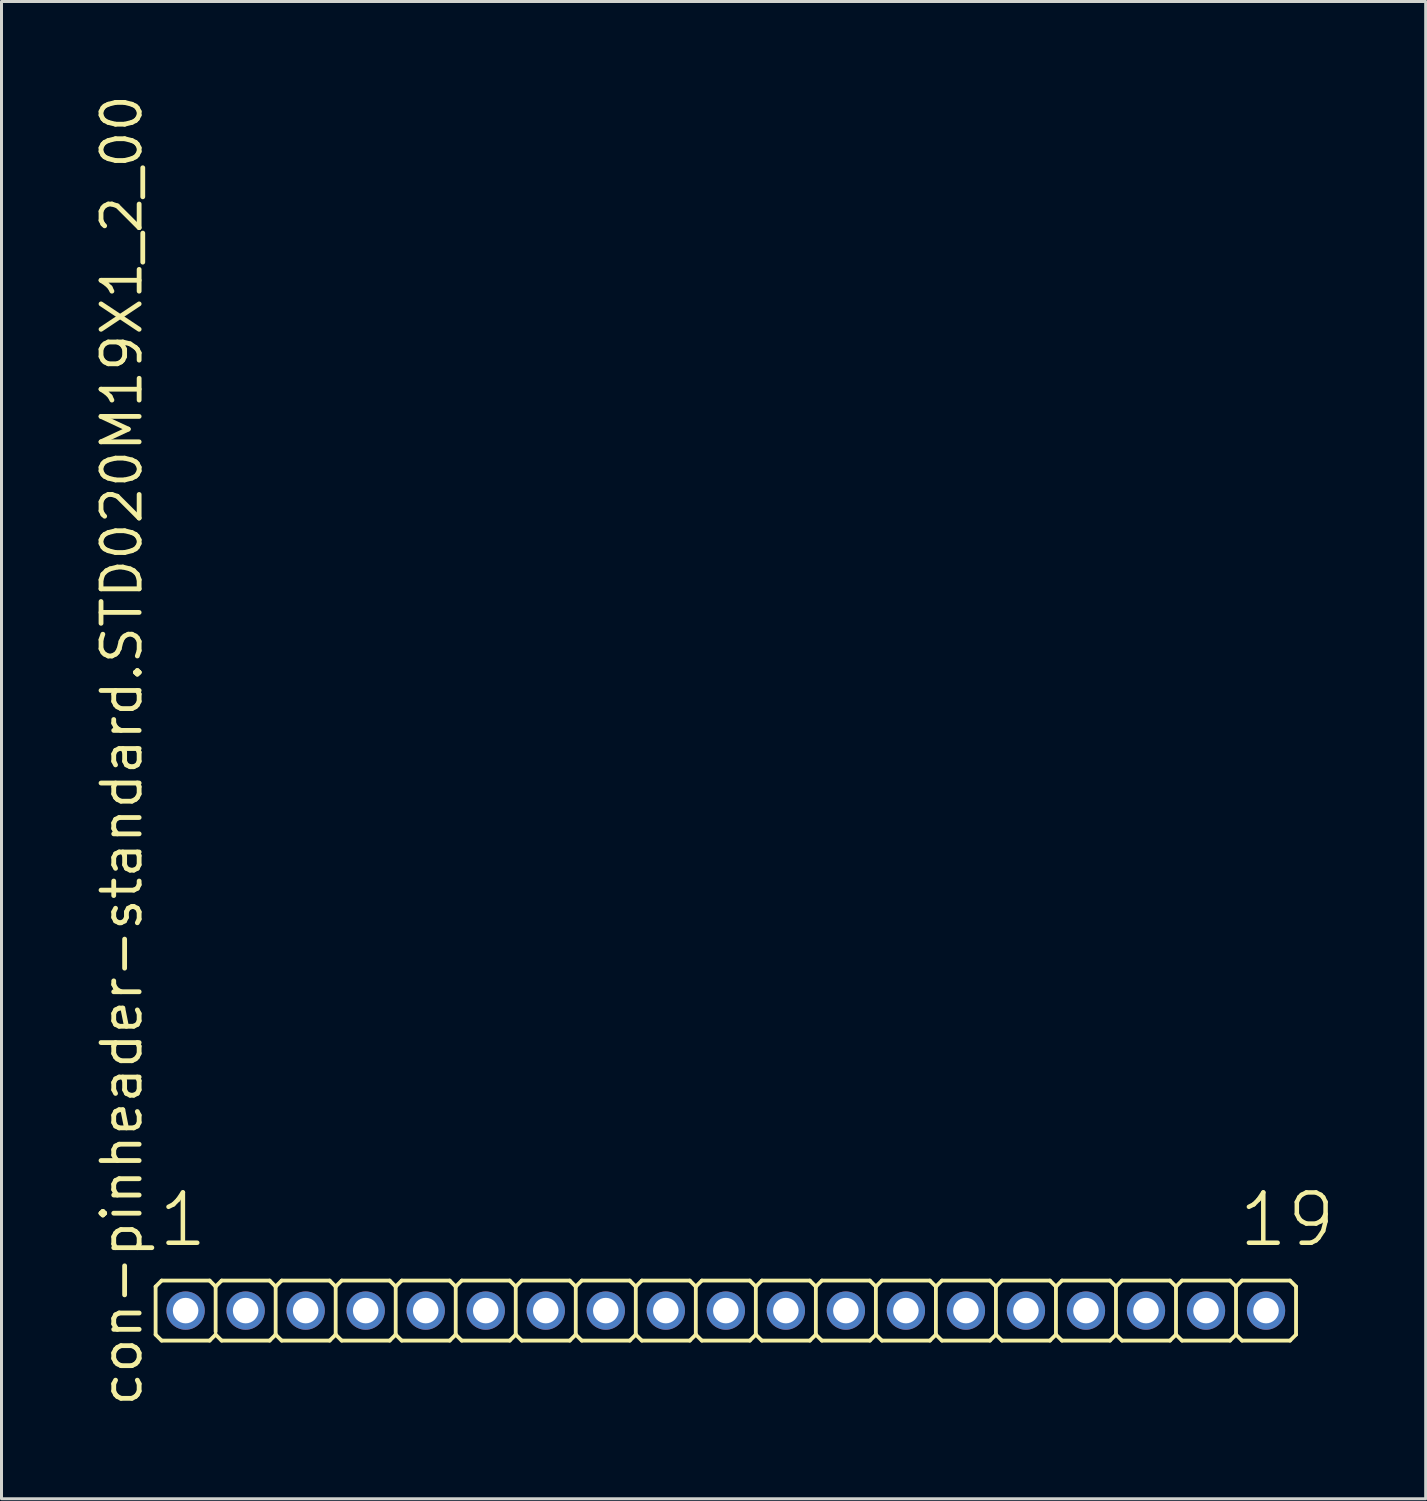
<source format=kicad_pcb>
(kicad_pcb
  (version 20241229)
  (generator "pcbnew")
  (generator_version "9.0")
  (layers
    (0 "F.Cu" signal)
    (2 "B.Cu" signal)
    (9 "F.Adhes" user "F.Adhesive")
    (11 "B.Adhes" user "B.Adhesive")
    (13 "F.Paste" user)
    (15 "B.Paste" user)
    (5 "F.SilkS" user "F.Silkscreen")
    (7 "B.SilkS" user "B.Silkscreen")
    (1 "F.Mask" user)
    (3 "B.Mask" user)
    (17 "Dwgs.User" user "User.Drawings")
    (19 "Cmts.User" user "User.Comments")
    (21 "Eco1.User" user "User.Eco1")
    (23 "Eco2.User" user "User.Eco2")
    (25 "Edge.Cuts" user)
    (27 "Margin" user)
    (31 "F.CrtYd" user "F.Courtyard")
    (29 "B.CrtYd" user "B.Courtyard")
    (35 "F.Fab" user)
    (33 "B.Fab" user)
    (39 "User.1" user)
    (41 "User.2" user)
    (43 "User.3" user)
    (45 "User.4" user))
  (footprint "con-pinheader-standard.STD020M19X1_2_00"
    (layer "F.Cu")
    (at 21.135 40.62)
    (property "Reference" "con-pinheader-standard.STD020M19X1_2_00" (at -19.385 3.27 90) (layer "F.SilkS") (effects (font (size 1.27 1.27) (thickness 0.16)) (justify left bottom)))
    (attr through_hole)
    (fp_line (start -19 0.8) (end -19 -0.8) (stroke (width 0.127) (type default)) (layer "F.SilkS"))
    (fp_line (start -18.8 -1) (end -19 -0.8) (stroke (width 0.127) (type default)) (layer "F.SilkS"))
    (fp_line (start -18.8 -1) (end -17.2 -1) (stroke (width 0.127) (type default)) (layer "F.SilkS"))
    (fp_line (start -18.8 1) (end -19 0.8) (stroke (width 0.127) (type default)) (layer "F.SilkS"))
    (fp_line (start -17.2 -1) (end -17 -0.8) (stroke (width 0.127) (type default)) (layer "F.SilkS"))
    (fp_line (start -17.2 1) (end -18.8 1) (stroke (width 0.127) (type default)) (layer "F.SilkS"))
    (fp_line (start -17.2 1) (end -17 0.8) (stroke (width 0.127) (type default)) (layer "F.SilkS"))
    (fp_line (start -17 -0.8) (end -17 0.7) (stroke (width 0.127) (type default)) (layer "F.SilkS"))
    (fp_line (start -16.8 -1) (end -17 -0.8) (stroke (width 0.127) (type default)) (layer "F.SilkS"))
    (fp_line (start -16.8 -1) (end -15.2 -1) (stroke (width 0.127) (type default)) (layer "F.SilkS"))
    (fp_line (start -16.8 1) (end -17 0.8) (stroke (width 0.127) (type default)) (layer "F.SilkS"))
    (fp_line (start -15.2 -1) (end -15 -0.8) (stroke (width 0.127) (type default)) (layer "F.SilkS"))
    (fp_line (start -15.2 1) (end -16.8 1) (stroke (width 0.127) (type default)) (layer "F.SilkS"))
    (fp_line (start -15.2 1) (end -15 0.8) (stroke (width 0.127) (type default)) (layer "F.SilkS"))
    (fp_line (start -15 -0.8) (end -15 0.8) (stroke (width 0.127) (type default)) (layer "F.SilkS"))
    (fp_line (start -14.8 -1) (end -15 -0.8) (stroke (width 0.127) (type default)) (layer "F.SilkS"))
    (fp_line (start -14.8 -1) (end -13.2 -1) (stroke (width 0.127) (type default)) (layer "F.SilkS"))
    (fp_line (start -14.8 1) (end -15 0.8) (stroke (width 0.127) (type default)) (layer "F.SilkS"))
    (fp_line (start -13.2 -1) (end -13 -0.8) (stroke (width 0.127) (type default)) (layer "F.SilkS"))
    (fp_line (start -13.2 1) (end -14.8 1) (stroke (width 0.127) (type default)) (layer "F.SilkS"))
    (fp_line (start -13.2 1) (end -13 0.8) (stroke (width 0.127) (type default)) (layer "F.SilkS"))
    (fp_line (start -13 -0.8) (end -13 0.8) (stroke (width 0.127) (type default)) (layer "F.SilkS"))
    (fp_line (start -12.8 -1) (end -13 -0.8) (stroke (width 0.127) (type default)) (layer "F.SilkS"))
    (fp_line (start -12.8 -1) (end -11.2 -1) (stroke (width 0.127) (type default)) (layer "F.SilkS"))
    (fp_line (start -12.8 1) (end -13 0.8) (stroke (width 0.127) (type default)) (layer "F.SilkS"))
    (fp_line (start -11.2 -1) (end -11 -0.8) (stroke (width 0.127) (type default)) (layer "F.SilkS"))
    (fp_line (start -11.2 1) (end -12.8 1) (stroke (width 0.127) (type default)) (layer "F.SilkS"))
    (fp_line (start -11.2 1) (end -11 0.8) (stroke (width 0.127) (type default)) (layer "F.SilkS"))
    (fp_line (start -11 -0.8) (end -11 0.8) (stroke (width 0.127) (type default)) (layer "F.SilkS"))
    (fp_line (start -10.8 -1) (end -11 -0.8) (stroke (width 0.127) (type default)) (layer "F.SilkS"))
    (fp_line (start -10.8 -1) (end -9.2 -1) (stroke (width 0.127) (type default)) (layer "F.SilkS"))
    (fp_line (start -10.8 1) (end -11 0.8) (stroke (width 0.127) (type default)) (layer "F.SilkS"))
    (fp_line (start -9.2 -1) (end -9 -0.8) (stroke (width 0.127) (type default)) (layer "F.SilkS"))
    (fp_line (start -9.2 1) (end -10.8 1) (stroke (width 0.127) (type default)) (layer "F.SilkS"))
    (fp_line (start -9.2 1) (end -9 0.8) (stroke (width 0.127) (type default)) (layer "F.SilkS"))
    (fp_line (start -9 -0.8) (end -9 0.8) (stroke (width 0.127) (type default)) (layer "F.SilkS"))
    (fp_line (start -8.8 -1) (end -9 -0.8) (stroke (width 0.127) (type default)) (layer "F.SilkS"))
    (fp_line (start -8.8 -1) (end -7.2 -1) (stroke (width 0.127) (type default)) (layer "F.SilkS"))
    (fp_line (start -8.8 1) (end -9 0.8) (stroke (width 0.127) (type default)) (layer "F.SilkS"))
    (fp_line (start -7.2 -1) (end -7 -0.8) (stroke (width 0.127) (type default)) (layer "F.SilkS"))
    (fp_line (start -7.2 1) (end -8.8 1) (stroke (width 0.127) (type default)) (layer "F.SilkS"))
    (fp_line (start -7.2 1) (end -7 0.8) (stroke (width 0.127) (type default)) (layer "F.SilkS"))
    (fp_line (start -7 -0.8) (end -7 0.8) (stroke (width 0.127) (type default)) (layer "F.SilkS"))
    (fp_line (start -6.8 -1) (end -7 -0.8) (stroke (width 0.127) (type default)) (layer "F.SilkS"))
    (fp_line (start -6.8 -1) (end -5.2 -1) (stroke (width 0.127) (type default)) (layer "F.SilkS"))
    (fp_line (start -6.8 1) (end -7 0.8) (stroke (width 0.127) (type default)) (layer "F.SilkS"))
    (fp_line (start -5.2 -1) (end -5 -0.8) (stroke (width 0.127) (type default)) (layer "F.SilkS"))
    (fp_line (start -5.2 1) (end -6.8 1) (stroke (width 0.127) (type default)) (layer "F.SilkS"))
    (fp_line (start -5.2 1) (end -5 0.8) (stroke (width 0.127) (type default)) (layer "F.SilkS"))
    (fp_line (start -5 -0.8) (end -5 0.8) (stroke (width 0.127) (type default)) (layer "F.SilkS"))
    (fp_line (start -4.8 -1) (end -5 -0.8) (stroke (width 0.127) (type default)) (layer "F.SilkS"))
    (fp_line (start -4.8 -1) (end -3.2 -1) (stroke (width 0.127) (type default)) (layer "F.SilkS"))
    (fp_line (start -4.8 1) (end -5 0.8) (stroke (width 0.127) (type default)) (layer "F.SilkS"))
    (fp_line (start -3.2 -1) (end -3 -0.8) (stroke (width 0.127) (type default)) (layer "F.SilkS"))
    (fp_line (start -3.2 1) (end -4.8 1) (stroke (width 0.127) (type default)) (layer "F.SilkS"))
    (fp_line (start -3.2 1) (end -3 0.8) (stroke (width 0.127) (type default)) (layer "F.SilkS"))
    (fp_line (start -3 -0.8) (end -3 0.8) (stroke (width 0.127) (type default)) (layer "F.SilkS"))
    (fp_line (start -2.8 -1) (end -3 -0.8) (stroke (width 0.127) (type default)) (layer "F.SilkS"))
    (fp_line (start -2.8 -1) (end -1.2 -1) (stroke (width 0.127) (type default)) (layer "F.SilkS"))
    (fp_line (start -2.8 1) (end -3 0.8) (stroke (width 0.127) (type default)) (layer "F.SilkS"))
    (fp_line (start -1.2 -1) (end -1 -0.8) (stroke (width 0.127) (type default)) (layer "F.SilkS"))
    (fp_line (start -1.2 1) (end -2.8 1) (stroke (width 0.127) (type default)) (layer "F.SilkS"))
    (fp_line (start -1.2 1) (end -1 0.8) (stroke (width 0.127) (type default)) (layer "F.SilkS"))
    (fp_line (start -1 -0.8) (end -1 0.8) (stroke (width 0.127) (type default)) (layer "F.SilkS"))
    (fp_line (start -0.8 -1) (end -1 -0.8) (stroke (width 0.127) (type default)) (layer "F.SilkS"))
    (fp_line (start -0.8 -1) (end 0.8 -1) (stroke (width 0.127) (type default)) (layer "F.SilkS"))
    (fp_line (start -0.8 1) (end -1 0.8) (stroke (width 0.127) (type default)) (layer "F.SilkS"))
    (fp_line (start 0.8 -1) (end 1 -0.8) (stroke (width 0.127) (type default)) (layer "F.SilkS"))
    (fp_line (start 0.8 1) (end -0.8 1) (stroke (width 0.127) (type default)) (layer "F.SilkS"))
    (fp_line (start 0.8 1) (end 1 0.8) (stroke (width 0.127) (type default)) (layer "F.SilkS"))
    (fp_line (start 1 -0.8) (end 1 0.8) (stroke (width 0.127) (type default)) (layer "F.SilkS"))
    (fp_line (start 1.2 -1) (end 1 -0.8) (stroke (width 0.127) (type default)) (layer "F.SilkS"))
    (fp_line (start 1.2 -1) (end 2.8 -1) (stroke (width 0.127) (type default)) (layer "F.SilkS"))
    (fp_line (start 1.2 1) (end 1 0.8) (stroke (width 0.127) (type default)) (layer "F.SilkS"))
    (fp_line (start 2.8 -1) (end 3 -0.8) (stroke (width 0.127) (type default)) (layer "F.SilkS"))
    (fp_line (start 2.8 1) (end 1.2 1) (stroke (width 0.127) (type default)) (layer "F.SilkS"))
    (fp_line (start 2.8 1) (end 3 0.8) (stroke (width 0.127) (type default)) (layer "F.SilkS"))
    (fp_line (start 3 -0.8) (end 3 0.8) (stroke (width 0.127) (type default)) (layer "F.SilkS"))
    (fp_line (start 3.2 -1) (end 3 -0.8) (stroke (width 0.127) (type default)) (layer "F.SilkS"))
    (fp_line (start 3.2 -1) (end 4.8 -1) (stroke (width 0.127) (type default)) (layer "F.SilkS"))
    (fp_line (start 3.2 1) (end 3 0.8) (stroke (width 0.127) (type default)) (layer "F.SilkS"))
    (fp_line (start 4.8 -1) (end 5 -0.8) (stroke (width 0.127) (type default)) (layer "F.SilkS"))
    (fp_line (start 4.8 1) (end 3.2 1) (stroke (width 0.127) (type default)) (layer "F.SilkS"))
    (fp_line (start 4.8 1) (end 5 0.8) (stroke (width 0.127) (type default)) (layer "F.SilkS"))
    (fp_line (start 5 -0.8) (end 5 0.8) (stroke (width 0.127) (type default)) (layer "F.SilkS"))
    (fp_line (start 5.2 -1) (end 5 -0.8) (stroke (width 0.127) (type default)) (layer "F.SilkS"))
    (fp_line (start 5.2 -1) (end 6.8 -1) (stroke (width 0.127) (type default)) (layer "F.SilkS"))
    (fp_line (start 5.2 1) (end 5 0.8) (stroke (width 0.127) (type default)) (layer "F.SilkS"))
    (fp_line (start 6.8 -1) (end 7 -0.8) (stroke (width 0.127) (type default)) (layer "F.SilkS"))
    (fp_line (start 6.8 1) (end 5.2 1) (stroke (width 0.127) (type default)) (layer "F.SilkS"))
    (fp_line (start 6.8 1) (end 7 0.8) (stroke (width 0.127) (type default)) (layer "F.SilkS"))
    (fp_line (start 7 -0.8) (end 7 0.8) (stroke (width 0.127) (type default)) (layer "F.SilkS"))
    (fp_line (start 7.2 -1) (end 7 -0.8) (stroke (width 0.127) (type default)) (layer "F.SilkS"))
    (fp_line (start 7.2 -1) (end 8.8 -1) (stroke (width 0.127) (type default)) (layer "F.SilkS"))
    (fp_line (start 7.2 1) (end 7 0.8) (stroke (width 0.127) (type default)) (layer "F.SilkS"))
    (fp_line (start 8.8 -1) (end 9 -0.8) (stroke (width 0.127) (type default)) (layer "F.SilkS"))
    (fp_line (start 8.8 1) (end 7.2 1) (stroke (width 0.127) (type default)) (layer "F.SilkS"))
    (fp_line (start 8.8 1) (end 9 0.8) (stroke (width 0.127) (type default)) (layer "F.SilkS"))
    (fp_line (start 9 -0.8) (end 9 0.8) (stroke (width 0.127) (type default)) (layer "F.SilkS"))
    (fp_line (start 9.2 -1) (end 9 -0.8) (stroke (width 0.127) (type default)) (layer "F.SilkS"))
    (fp_line (start 9.2 -1) (end 10.8 -1) (stroke (width 0.127) (type default)) (layer "F.SilkS"))
    (fp_line (start 9.2 1) (end 9 0.8) (stroke (width 0.127) (type default)) (layer "F.SilkS"))
    (fp_line (start 10.8 -1) (end 11 -0.8) (stroke (width 0.127) (type default)) (layer "F.SilkS"))
    (fp_line (start 10.8 1) (end 9.2 1) (stroke (width 0.127) (type default)) (layer "F.SilkS"))
    (fp_line (start 10.8 1) (end 11 0.8) (stroke (width 0.127) (type default)) (layer "F.SilkS"))
    (fp_line (start 11 -0.8) (end 11 0.8) (stroke (width 0.127) (type default)) (layer "F.SilkS"))
    (fp_line (start 11.2 -1) (end 11 -0.8) (stroke (width 0.127) (type default)) (layer "F.SilkS"))
    (fp_line (start 11.2 -1) (end 12.8 -1) (stroke (width 0.127) (type default)) (layer "F.SilkS"))
    (fp_line (start 11.2 1) (end 11 0.8) (stroke (width 0.127) (type default)) (layer "F.SilkS"))
    (fp_line (start 12.8 -1) (end 13 -0.8) (stroke (width 0.127) (type default)) (layer "F.SilkS"))
    (fp_line (start 12.8 1) (end 11.2 1) (stroke (width 0.127) (type default)) (layer "F.SilkS"))
    (fp_line (start 12.8 1) (end 13 0.8) (stroke (width 0.127) (type default)) (layer "F.SilkS"))
    (fp_line (start 13 -0.8) (end 13 0.8) (stroke (width 0.127) (type default)) (layer "F.SilkS"))
    (fp_line (start 13.2 -1) (end 13 -0.8) (stroke (width 0.127) (type default)) (layer "F.SilkS"))
    (fp_line (start 13.2 -1) (end 14.8 -1) (stroke (width 0.127) (type default)) (layer "F.SilkS"))
    (fp_line (start 13.2 1) (end 13 0.8) (stroke (width 0.127) (type default)) (layer "F.SilkS"))
    (fp_line (start 14.8 -1) (end 15 -0.8) (stroke (width 0.127) (type default)) (layer "F.SilkS"))
    (fp_line (start 14.8 1) (end 13.2 1) (stroke (width 0.127) (type default)) (layer "F.SilkS"))
    (fp_line (start 14.8 1) (end 15 0.8) (stroke (width 0.127) (type default)) (layer "F.SilkS"))
    (fp_line (start 15 -0.8) (end 15 0.8) (stroke (width 0.127) (type default)) (layer "F.SilkS"))
    (fp_line (start 15.2 -1) (end 15 -0.8) (stroke (width 0.127) (type default)) (layer "F.SilkS"))
    (fp_line (start 15.2 -1) (end 16.8 -1) (stroke (width 0.127) (type default)) (layer "F.SilkS"))
    (fp_line (start 15.2 1) (end 15 0.8) (stroke (width 0.127) (type default)) (layer "F.SilkS"))
    (fp_line (start 16.8 -1) (end 17 -0.8) (stroke (width 0.127) (type default)) (layer "F.SilkS"))
    (fp_line (start 16.8 1) (end 15.2 1) (stroke (width 0.127) (type default)) (layer "F.SilkS"))
    (fp_line (start 16.8 1) (end 17 0.8) (stroke (width 0.127) (type default)) (layer "F.SilkS"))
    (fp_line (start 17 -0.8) (end 17 0.8) (stroke (width 0.127) (type default)) (layer "F.SilkS"))
    (fp_line (start 17.2 -1) (end 17 -0.8) (stroke (width 0.127) (type default)) (layer "F.SilkS"))
    (fp_line (start 17.2 -1) (end 18.8 -1) (stroke (width 0.127) (type default)) (layer "F.SilkS"))
    (fp_line (start 17.2 1) (end 17 0.8) (stroke (width 0.127) (type default)) (layer "F.SilkS"))
    (fp_line (start 18.8 -1) (end 19 -0.8) (stroke (width 0.127) (type default)) (layer "F.SilkS"))
    (fp_line (start 18.8 1) (end 17.2 1) (stroke (width 0.127) (type default)) (layer "F.SilkS"))
    (fp_line (start 18.8 1) (end 19 0.8) (stroke (width 0.127) (type default)) (layer "F.SilkS"))
    (fp_line (start 19 -0.8) (end 19 0.8) (stroke (width 0.127) (type default)) (layer "F.SilkS"))
    (fp_rect (start -18.25 0.25) (end -17.75 -0.25) (stroke (width 0.05) (type default)) (fill no) (layer "F.Fab"))
    (fp_rect (start -16.25 0.25) (end -15.75 -0.25) (stroke (width 0.05) (type default)) (fill no) (layer "F.Fab"))
    (fp_rect (start -14.25 0.25) (end -13.75 -0.25) (stroke (width 0.05) (type default)) (fill no) (layer "F.Fab"))
    (fp_rect (start -12.25 0.25) (end -11.75 -0.25) (stroke (width 0.05) (type default)) (fill no) (layer "F.Fab"))
    (fp_rect (start -10.25 0.25) (end -9.75 -0.25) (stroke (width 0.05) (type default)) (fill no) (layer "F.Fab"))
    (fp_rect (start -8.25 0.25) (end -7.75 -0.25) (stroke (width 0.05) (type default)) (fill no) (layer "F.Fab"))
    (fp_rect (start -6.25 0.25) (end -5.75 -0.25) (stroke (width 0.05) (type default)) (fill no) (layer "F.Fab"))
    (fp_rect (start -4.25 0.25) (end -3.75 -0.25) (stroke (width 0.05) (type default)) (fill no) (layer "F.Fab"))
    (fp_rect (start -2.25 0.25) (end -1.75 -0.25) (stroke (width 0.05) (type default)) (fill no) (layer "F.Fab"))
    (fp_rect (start -0.25 0.25) (end 0.25 -0.25) (stroke (width 0.05) (type default)) (fill no) (layer "F.Fab"))
    (fp_rect (start 1.75 0.25) (end 2.25 -0.25) (stroke (width 0.05) (type default)) (fill no) (layer "F.Fab"))
    (fp_rect (start 3.75 0.25) (end 4.25 -0.25) (stroke (width 0.05) (type default)) (fill no) (layer "F.Fab"))
    (fp_rect (start 5.75 0.25) (end 6.25 -0.25) (stroke (width 0.05) (type default)) (fill no) (layer "F.Fab"))
    (fp_rect (start 7.75 0.25) (end 8.25 -0.25) (stroke (width 0.05) (type default)) (fill no) (layer "F.Fab"))
    (fp_rect (start 9.75 0.25) (end 10.25 -0.25) (stroke (width 0.05) (type default)) (fill no) (layer "F.Fab"))
    (fp_rect (start 11.75 0.25) (end 12.25 -0.25) (stroke (width 0.05) (type default)) (fill no) (layer "F.Fab"))
    (fp_rect (start 13.75 0.25) (end 14.25 -0.25) (stroke (width 0.05) (type default)) (fill no) (layer "F.Fab"))
    (fp_rect (start 15.75 0.25) (end 16.25 -0.25) (stroke (width 0.05) (type default)) (fill no) (layer "F.Fab"))
    (fp_rect (start 17.75 0.25) (end 18.25 -0.25) (stroke (width 0.05) (type default)) (fill no) (layer "F.Fab"))
    (fp_text user "19" (at 17.012 -2.048 0) (layer "F.SilkS") (effects (font (size 1.676 1.676) (thickness 0.15)) (justify left bottom)))
    (fp_text user "1" (at -18.988 -2.048 0) (layer "F.SilkS") (effects (font (size 1.676 1.676) (thickness 0.15)) (justify left bottom)))
    (pad "1" thru_hole circle (at -18 0) (size 1.275 1.275) (drill 0.85) (layers "*.Cu" "*.Mask"))
    (pad "2" thru_hole circle (at -16 0) (size 1.275 1.275) (drill 0.85) (layers "*.Cu" "*.Mask"))
    (pad "3" thru_hole circle (at -14 0) (size 1.275 1.275) (drill 0.85) (layers "*.Cu" "*.Mask"))
    (pad "4" thru_hole circle (at -12 0) (size 1.275 1.275) (drill 0.85) (layers "*.Cu" "*.Mask"))
    (pad "5" thru_hole circle (at -10 0) (size 1.275 1.275) (drill 0.85) (layers "*.Cu" "*.Mask"))
    (pad "6" thru_hole circle (at -8 0) (size 1.275 1.275) (drill 0.85) (layers "*.Cu" "*.Mask"))
    (pad "7" thru_hole circle (at -6 0) (size 1.275 1.275) (drill 0.85) (layers "*.Cu" "*.Mask"))
    (pad "8" thru_hole circle (at -4 0) (size 1.275 1.275) (drill 0.85) (layers "*.Cu" "*.Mask"))
    (pad "9" thru_hole circle (at -2 0) (size 1.275 1.275) (drill 0.85) (layers "*.Cu" "*.Mask"))
    (pad "10" thru_hole circle (at 0 0) (size 1.275 1.275) (drill 0.85) (layers "*.Cu" "*.Mask"))
    (pad "11" thru_hole circle (at 2 0) (size 1.275 1.275) (drill 0.85) (layers "*.Cu" "*.Mask"))
    (pad "12" thru_hole circle (at 4 0) (size 1.275 1.275) (drill 0.85) (layers "*.Cu" "*.Mask"))
    (pad "13" thru_hole circle (at 6 0) (size 1.275 1.275) (drill 0.85) (layers "*.Cu" "*.Mask"))
    (pad "14" thru_hole circle (at 8 0) (size 1.275 1.275) (drill 0.85) (layers "*.Cu" "*.Mask"))
    (pad "15" thru_hole circle (at 10 0) (size 1.275 1.275) (drill 0.85) (layers "*.Cu" "*.Mask"))
    (pad "16" thru_hole circle (at 12 0) (size 1.275 1.275) (drill 0.85) (layers "*.Cu" "*.Mask"))
    (pad "17" thru_hole circle (at 14 0) (size 1.275 1.275) (drill 0.85) (layers "*.Cu" "*.Mask"))
    (pad "18" thru_hole circle (at 16 0) (size 1.275 1.275) (drill 0.85) (layers "*.Cu" "*.Mask"))
    (pad "19" thru_hole circle (at 18 0) (size 1.275 1.275) (drill 0.85) (layers "*.Cu" "*.Mask")))
  (gr_rect
    (start -3 -3)
    (end 44.455 46.89)
    (stroke (width 0.1) (type default))
    (fill no)
    (layer "Edge.Cuts")))
</source>
